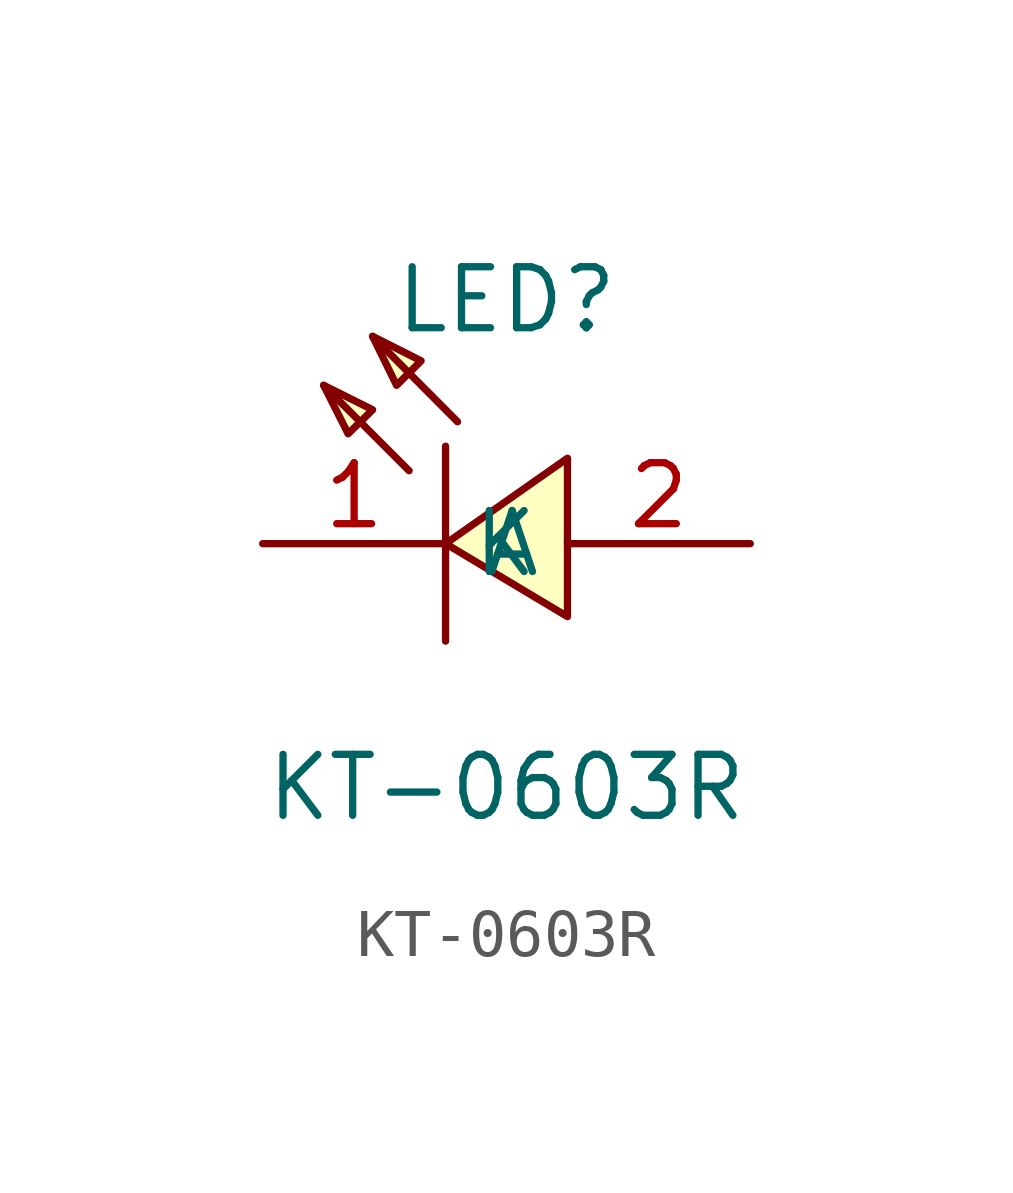
<source format=kicad_sym>
(kicad_symbol_lib
  (version 1)
  (generator "faebryk")
  (symbol "KT-0603R"
    (property "Reference" "LED"
      (at 0 5.08 0)
      (effects (font (size 1.27 1.27)) (hide no)))
    (property "Value" "KT-0603R"
      (at 0 -5.08 0)
      (effects (font (size 1.27 1.27)) (hide no)))
    (symbol "KT-0603R_0_1"
      (polyline (stroke (width 0) (type default) (color 0 0 0 0)) (fill (type background)) (pts (xy -3.81 3.3) (xy -2.79 2.79) (xy -3.3 2.29) (xy -3.81 3.3)))
      (polyline (stroke (width 0) (type default) (color 0 0 0 0)) (fill (type background)) (pts (xy -2.79 4.32) (xy -1.78 3.81) (xy -2.29 3.3) (xy -2.79 4.32)))
      (polyline (stroke (width 0) (type default) (color 0 0 0 0)) (fill (type background)) (pts (xy 1.27 -1.52) (xy -1.27 0) (xy 1.27 1.78) (xy 1.27 -1.52)))
      (polyline (stroke (width 0) (type default) (color 0 0 0 0)) (fill (type none)) (pts (xy -2.03 1.52) (xy -3.81 3.3)))
      (polyline (stroke (width 0) (type default) (color 0 0 0 0)) (fill (type none)) (pts (xy -1.02 2.54) (xy -2.79 4.32)))
      (polyline (stroke (width 0) (type default) (color 0 0 0 0)) (fill (type none)) (pts (xy -1.27 2.03) (xy -1.27 -2.03)))
      (pin unspecified line (at -5.08 0 0) (length 3.81) (name "K" (effects (font (size 1.27 1.27)) (hide no))) (number "1" (effects (font (size 1.27 1.27)) (hide no))))
      (pin unspecified line (at 5.08 0 180) (length 3.81) (name "A" (effects (font (size 1.27 1.27)) (hide no))) (number "2" (effects (font (size 1.27 1.27)) (hide no)))))))
</source>
